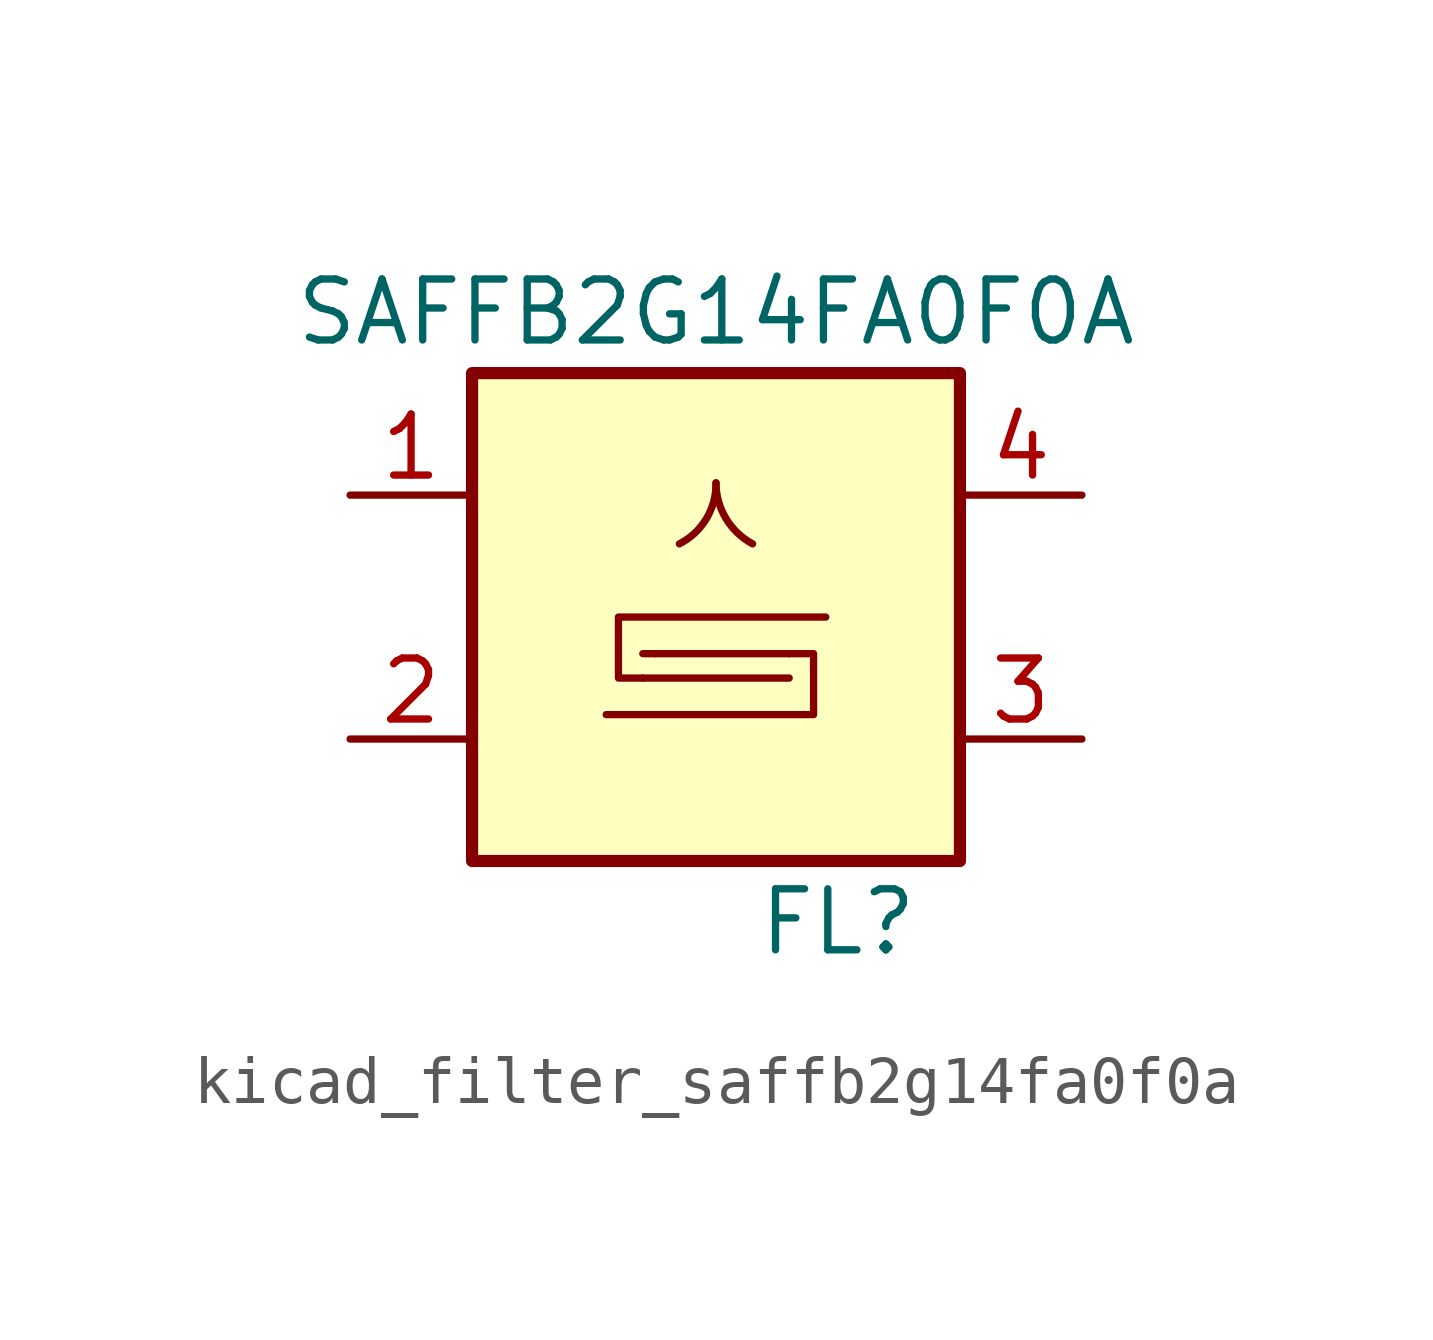
<source format=kicad_sym>
(kicad_symbol_lib
  (version 20220914)
  (generator kicad_symbol_editor)
  (symbol "kicad_filter_saffb2g14fa0f0a"
    (pin_names
      (offset 1.016))
    (property "Reference" "FL"
      (at 2.54 -6.35 0)
      (effects (font (size 1.27 1.27))))
    (property "Value" "SAFFB2G14FA0F0A"
      (at 0 6.35 0)
      (effects (font (size 1.27 1.27))))
    (symbol "kicad_filter_saffb2g14fa0f0a_0_1"
      (rectangle (start -5.08 5.08) (end 5.08 -5.08) (stroke (width 0.254) (type default)) (fill (type background)))
      (arc (start -0.762 1.524) (mid -0.1988 2.0511) (end 0 2.794) (stroke (width 0) (type default)) (fill (type none)))
      (polyline (pts (xy -1.524 -0.762) (xy -1.27 -0.762)) (stroke (width 0) (type default)) (fill (type none)))
      (polyline (pts (xy 1.524 -1.27) (xy -1.524 -1.27)) (stroke (width 0) (type default)) (fill (type none)))
      (polyline (pts (xy 1.524 -0.762) (xy -1.27 -0.762)) (stroke (width 0) (type default)) (fill (type none)))
      (polyline (pts (xy -1.524 -1.27) (xy -2.032 -1.27) (xy -2.032 0) (xy 2.286 0)) (stroke (width 0) (type default)) (fill (type none)))
      (polyline (pts (xy 1.524 -0.762) (xy 2.032 -0.762) (xy 2.032 -2.032) (xy -2.286 -2.032)) (stroke (width 0) (type default)) (fill (type none)))
      (arc (start 0 2.794) (mid 0.2065 2.0558) (end 0.762 1.524) (stroke (width 0) (type default)) (fill (type none))))
    (symbol "kicad_filter_saffb2g14fa0f0a_1_1"
      (pin passive line (at -7.62 2.54 0) (length 2.54) (name "~" (effects (font (size 1.27 1.27)))) (number "1" (effects (font (size 1.27 1.27)))))
      (pin passive line (at -7.62 -2.54 0) (length 2.54) (name "~" (effects (font (size 1.27 1.27)))) (number "2" (effects (font (size 1.27 1.27)))))
      (pin passive line (at 7.62 -2.54 180) (length 2.54) (name "~" (effects (font (size 1.27 1.27)))) (number "3" (effects (font (size 1.27 1.27)))))
      (pin passive line (at 7.62 2.54 180) (length 2.54) (name "~" (effects (font (size 1.27 1.27)))) (number "4" (effects (font (size 1.27 1.27)))))
      (pin passive line (at -7.62 -2.54 0) (length 2.54) hide (name "~" (effects (font (size 1.27 1.27)))) (number "5" (effects (font (size 1.27 1.27))))))))
</source>
